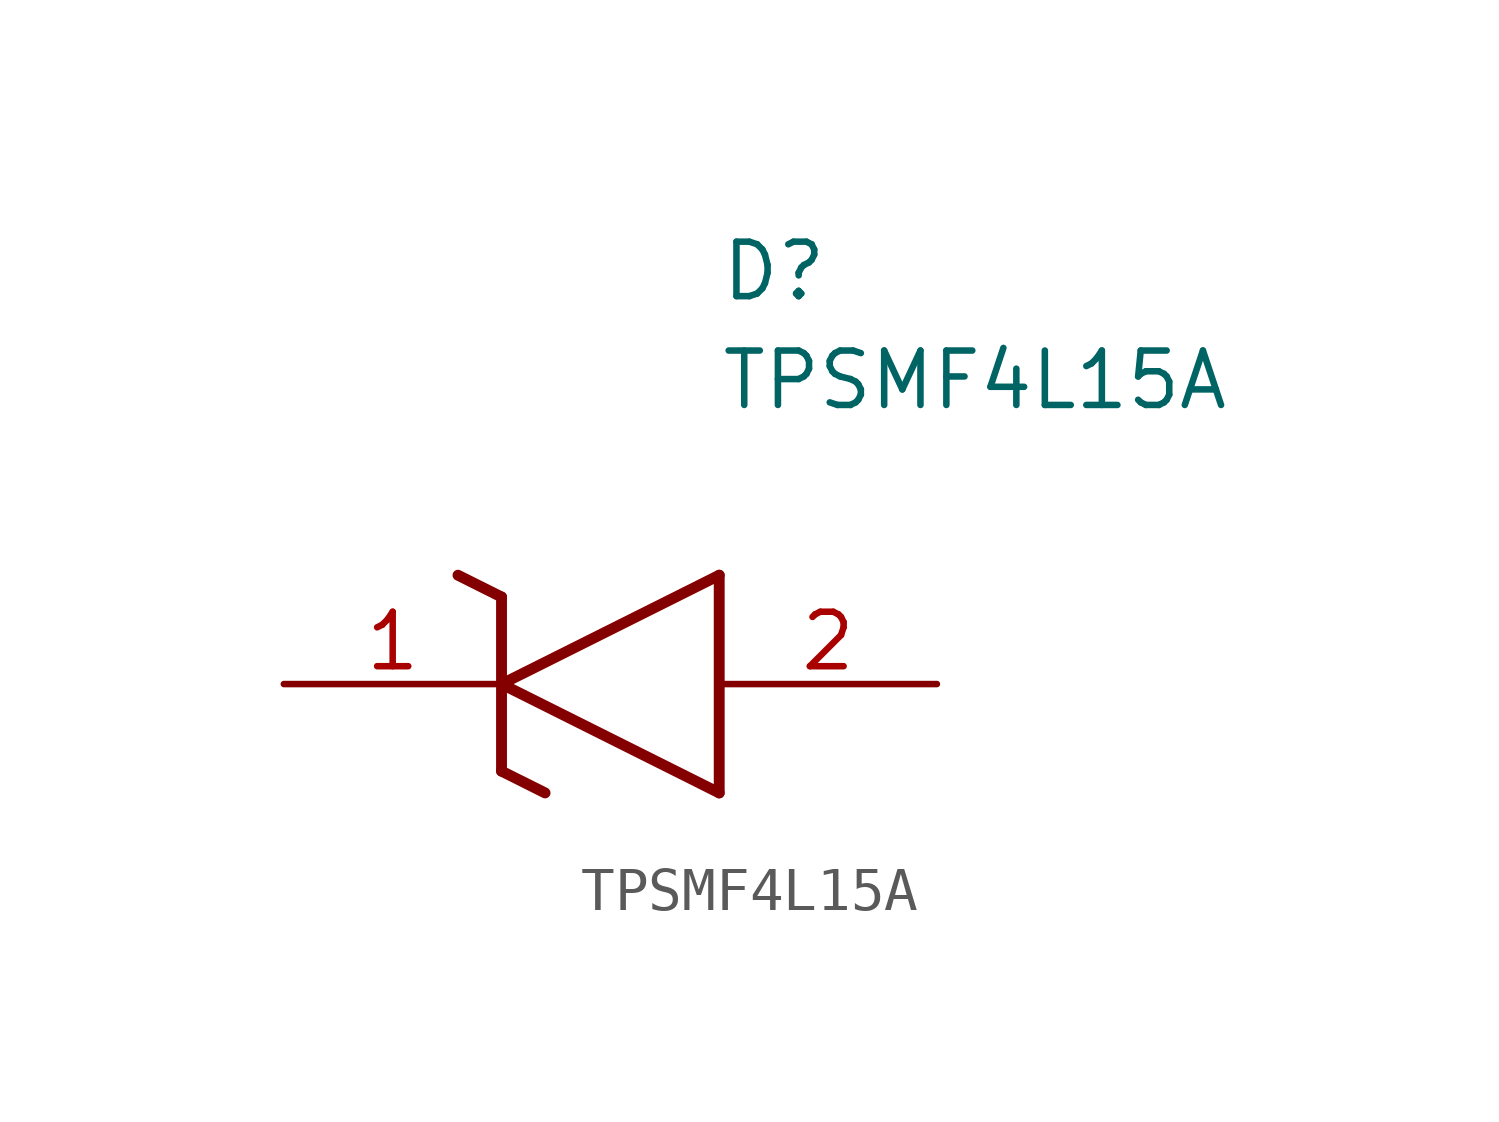
<source format=kicad_sym>
(kicad_symbol_lib
  (version 20211014)
  (generator SamacSys_ECAD_Model)
  (symbol "TPSMF4L15A"
    (pin_names hide)
    (property "Reference" "D"
      (at 10.16 8.89 0)
      (effects (font (size 1.27 1.27)) (justify left bottom)))
    (property "Value" "TPSMF4L15A"
      (at 10.16 6.35 0)
      (effects (font (size 1.27 1.27)) (justify left bottom)))
    (polyline
      (pts (xy 5.08 0) (xy 10.16 2.54))
      (stroke (width 0.254) (type default))
      (fill (type none)))
    (polyline
      (pts (xy 10.16 -2.54) (xy 10.16 2.54))
      (stroke (width 0.254) (type default))
      (fill (type none)))
    (polyline
      (pts (xy 10.16 -2.54) (xy 5.08 0))
      (stroke (width 0.254) (type default))
      (fill (type none)))
    (polyline
      (pts (xy 5.08 -2.032) (xy 6.096 -2.54))
      (stroke (width 0.254) (type default))
      (fill (type none)))
    (polyline
      (pts (xy 5.08 -2.032) (xy 5.08 2.032))
      (stroke (width 0.254) (type default))
      (fill (type none)))
    (polyline
      (pts (xy 4.064 2.54) (xy 5.08 2.032))
      (stroke (width 0.254) (type default))
      (fill (type none)))
    (pin passive line
      (at 0 0 0)
      (length 5.08)
      (name "K" (effects (font (size 1.27 1.27))))
      (number "1" (effects (font (size 1.27 1.27)))))
    (pin passive line
      (at 15.24 0 180)
      (length 5.08)
      (name "A" (effects (font (size 1.27 1.27))))
      (number "2" (effects (font (size 1.27 1.27)))))))
</source>
